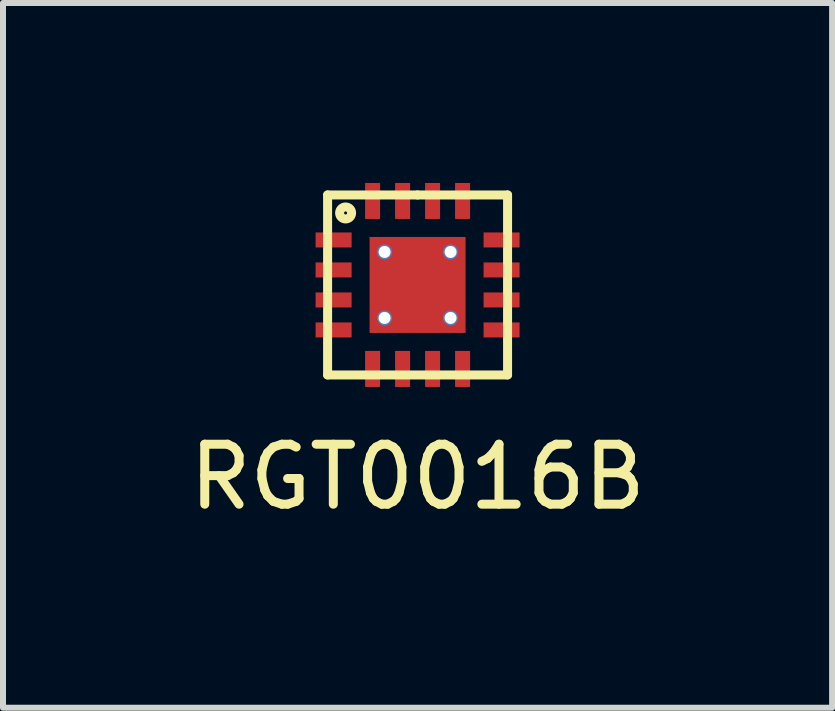
<source format=kicad_pcb>
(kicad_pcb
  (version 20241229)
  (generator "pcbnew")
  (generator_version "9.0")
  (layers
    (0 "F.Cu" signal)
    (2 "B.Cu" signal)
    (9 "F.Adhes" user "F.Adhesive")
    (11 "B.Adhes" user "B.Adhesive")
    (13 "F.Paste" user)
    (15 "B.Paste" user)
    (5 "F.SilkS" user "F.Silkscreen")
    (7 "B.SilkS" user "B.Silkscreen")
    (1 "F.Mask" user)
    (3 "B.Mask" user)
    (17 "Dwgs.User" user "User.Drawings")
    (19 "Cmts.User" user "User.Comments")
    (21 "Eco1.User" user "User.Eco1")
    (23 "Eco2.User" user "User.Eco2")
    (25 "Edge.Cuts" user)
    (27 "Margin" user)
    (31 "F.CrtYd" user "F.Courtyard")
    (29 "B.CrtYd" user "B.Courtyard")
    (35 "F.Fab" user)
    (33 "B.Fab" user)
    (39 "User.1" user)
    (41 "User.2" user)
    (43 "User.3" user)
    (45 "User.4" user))
  (footprint "RGT0016B"
    (layer "F.Cu")
    (at 3.911 1.7)
    (property "Reference" "RGT0016B" (at 0 3.2 0) (layer "F.SilkS") (effects (font (size 1 1) (thickness 0.15))))
    (attr through_hole)
    (fp_line (start -1.5 -1.5) (end -1.5 1.5) (stroke (width 0.15) (type solid)) (layer "F.SilkS"))
    (fp_line (start -1.5 1.5) (end 1.5 1.5) (stroke (width 0.15) (type solid)) (layer "F.SilkS"))
    (fp_line (start 0 -1.5) (end -1.5 -1.5) (stroke (width 0.15) (type solid)) (layer "F.SilkS"))
    (fp_line (start 1.5 -1.5) (end 0 -1.5) (stroke (width 0.15) (type solid)) (layer "F.SilkS"))
    (fp_line (start 1.5 1.5) (end 1.5 -1.5) (stroke (width 0.15) (type solid)) (layer "F.SilkS"))
    (fp_circle (center -1.2 -1.2) (end -1.1 -1.2) (stroke (width 0.15) (type solid)) (fill no) (layer "F.SilkS"))
    (pad "1" smd rect (at -1.4 -0.75 90) (size 0.25 0.6) (layers "F.Cu" "F.Mask" "F.Paste"))
    (pad "2" smd rect (at -1.4 -0.25 90) (size 0.25 0.6) (layers "F.Cu" "F.Mask" "F.Paste"))
    (pad "3" smd rect (at -1.4 0.25 90) (size 0.25 0.6) (layers "F.Cu" "F.Mask" "F.Paste"))
    (pad "4" smd rect (at -1.4 0.75 90) (size 0.25 0.6) (layers "F.Cu" "F.Mask" "F.Paste"))
    (pad "5" smd rect (at -0.75 1.4) (size 0.25 0.6) (layers "F.Cu" "F.Mask" "F.Paste"))
    (pad "6" smd rect (at -0.25 1.4) (size 0.25 0.6) (layers "F.Cu" "F.Mask" "F.Paste"))
    (pad "7" smd rect (at 0.25 1.4) (size 0.25 0.6) (layers "F.Cu" "F.Mask" "F.Paste"))
    (pad "8" smd rect (at 0.75 1.4) (size 0.25 0.6) (layers "F.Cu" "F.Mask" "F.Paste"))
    (pad "9" smd rect (at 1.4 0.75 90) (size 0.25 0.6) (layers "F.Cu" "F.Mask" "F.Paste"))
    (pad "10" smd rect (at 1.4 0.25 90) (size 0.25 0.6) (layers "F.Cu" "F.Mask" "F.Paste"))
    (pad "11" smd rect (at 1.4 -0.25 90) (size 0.25 0.6) (layers "F.Cu" "F.Mask" "F.Paste"))
    (pad "12" smd rect (at 1.4 -0.75 90) (size 0.25 0.6) (layers "F.Cu" "F.Mask" "F.Paste"))
    (pad "13" smd rect (at 0.75 -1.4) (size 0.25 0.6) (layers "F.Cu" "F.Mask" "F.Paste"))
    (pad "14" smd rect (at 0.25 -1.4) (size 0.25 0.6) (layers "F.Cu" "F.Mask" "F.Paste"))
    (pad "15" smd rect (at -0.25 -1.4) (size 0.25 0.6) (layers "F.Cu" "F.Mask" "F.Paste"))
    (pad "16" smd rect (at -0.75 -1.4) (size 0.25 0.6) (layers "F.Cu" "F.Mask" "F.Paste"))
    (pad "17" thru_hole circle (at -0.55 -0.55) (size 0.25 0.25) (drill 0.2) (layers "*.Cu" "*.Mask"))
    (pad "17" thru_hole circle (at -0.55 0.55) (size 0.25 0.25) (drill 0.2) (layers "*.Cu" "*.Mask"))
    (pad "17" smd rect (at 0 0) (size 1.6 1.6) (layers "F.Cu" "F.Mask" "F.Paste"))
    (pad "17" thru_hole circle (at 0.55 -0.55) (size 0.25 0.25) (drill 0.2) (layers "*.Cu" "*.Mask"))
    (pad "17" thru_hole circle (at 0.55 0.55) (size 0.25 0.25) (drill 0.2) (layers "*.Cu" "*.Mask")))
  (gr_rect
    (start -3 -3)
    (end 10.821 8.748)
    (stroke (width 0.1) (type default))
    (fill no)
    (layer "Edge.Cuts")))
</source>
